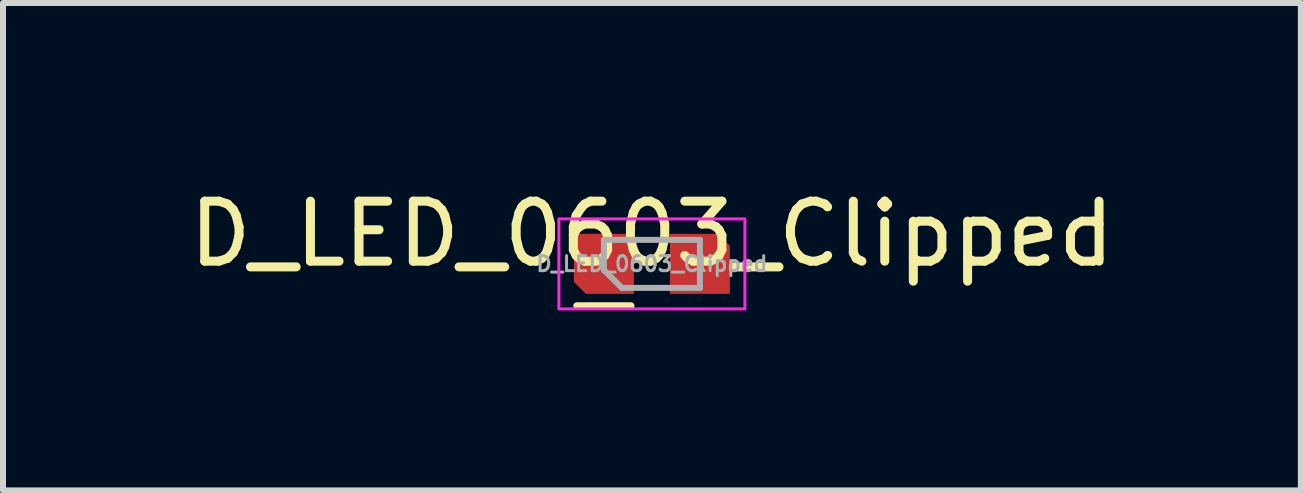
<source format=kicad_pcb>
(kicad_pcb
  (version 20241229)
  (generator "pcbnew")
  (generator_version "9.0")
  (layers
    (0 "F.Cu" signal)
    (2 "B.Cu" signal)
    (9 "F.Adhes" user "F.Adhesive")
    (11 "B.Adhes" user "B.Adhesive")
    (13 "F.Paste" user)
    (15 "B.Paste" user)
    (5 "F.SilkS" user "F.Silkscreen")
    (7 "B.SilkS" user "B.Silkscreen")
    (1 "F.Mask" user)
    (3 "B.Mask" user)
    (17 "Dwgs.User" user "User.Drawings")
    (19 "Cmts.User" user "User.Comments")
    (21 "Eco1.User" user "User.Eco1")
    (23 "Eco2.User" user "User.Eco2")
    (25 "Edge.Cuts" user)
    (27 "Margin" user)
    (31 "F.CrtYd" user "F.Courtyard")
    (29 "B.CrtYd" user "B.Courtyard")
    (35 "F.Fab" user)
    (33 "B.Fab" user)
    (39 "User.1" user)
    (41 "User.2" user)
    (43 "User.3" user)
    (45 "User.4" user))
  (footprint "D_LED_0603_Clipped"
    (layer "F.Cu")
    (at 7.815 1.348)
    (property "Reference" "D_LED_0603_Clipped" (at 0 -0.5 0) (unlocked yes) (layer "F.SilkS") (effects (font (size 1 1) (thickness 0.15))))
    (attr smd)
    (fp_line (start -1.25 0.7) (end -0.35 0.7) (stroke (width 0.12) (type default)) (layer "F.SilkS"))
    (fp_rect (start -1.55 0.75) (end 1.55 -0.75) (stroke (width 0.05) (type default)) (fill no) (layer "F.CrtYd"))
    (fp_line (start -0.8 -0.4) (end 0.8 -0.4) (stroke (width 0.1) (type solid)) (layer "F.Fab"))
    (fp_line (start -0.8 0.1) (end -0.8 -0.4) (stroke (width 0.1) (type solid)) (layer "F.Fab"))
    (fp_line (start -0.5 0.4) (end -0.8 0.1) (stroke (width 0.1) (type solid)) (layer "F.Fab"))
    (fp_line (start 0.8 -0.4) (end 0.8 0.4) (stroke (width 0.1) (type solid)) (layer "F.Fab"))
    (fp_line (start 0.8 0.4) (end -0.5 0.4) (stroke (width 0.1) (type solid)) (layer "F.Fab"))
    (fp_text user "${REFERENCE}" (at 0 0 0) (layer "F.Fab") (effects (font (size 0.25 0.25) (thickness 0.05))))
    (pad "1" smd roundrect (at -0.8 0) (size 1 1) (layers "F.Cu" "F.Mask" "F.Paste") (roundrect_rratio 0) (chamfer_ratio 0.2) (chamfer bottom_left))
    (pad "2" smd roundrect (at 0.8 0) (size 1 1) (layers "F.Cu" "F.Mask" "F.Paste") (roundrect_rratio 0) (chamfer_ratio 0.2) (chamfer top_right)))
  (gr_rect
    (start -3 -3)
    (end 18.631 5.123)
    (stroke (width 0.1) (type default))
    (fill no)
    (layer "Edge.Cuts")))
</source>
